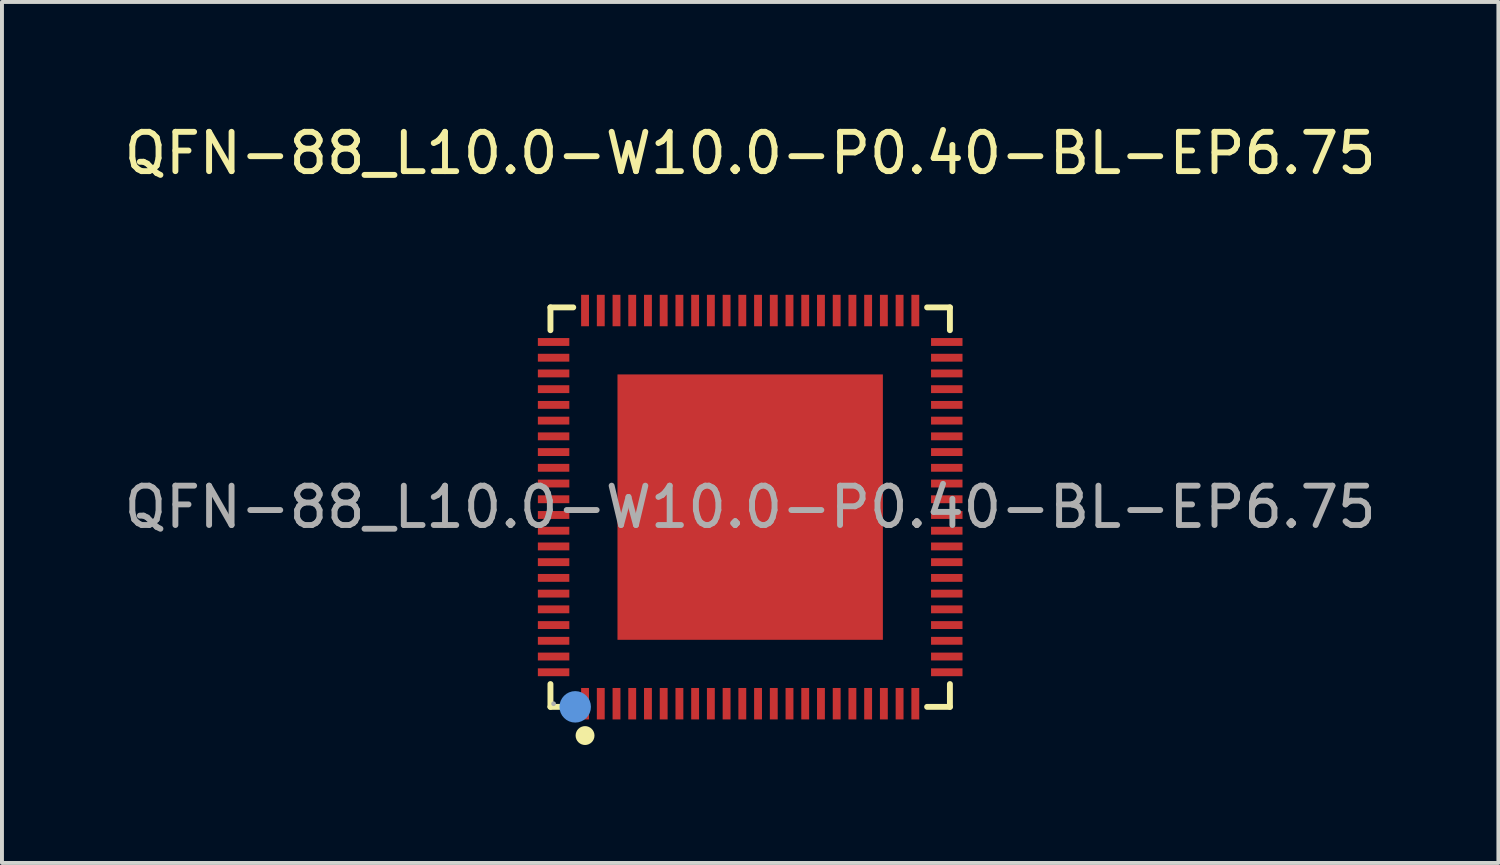
<source format=kicad_pcb>
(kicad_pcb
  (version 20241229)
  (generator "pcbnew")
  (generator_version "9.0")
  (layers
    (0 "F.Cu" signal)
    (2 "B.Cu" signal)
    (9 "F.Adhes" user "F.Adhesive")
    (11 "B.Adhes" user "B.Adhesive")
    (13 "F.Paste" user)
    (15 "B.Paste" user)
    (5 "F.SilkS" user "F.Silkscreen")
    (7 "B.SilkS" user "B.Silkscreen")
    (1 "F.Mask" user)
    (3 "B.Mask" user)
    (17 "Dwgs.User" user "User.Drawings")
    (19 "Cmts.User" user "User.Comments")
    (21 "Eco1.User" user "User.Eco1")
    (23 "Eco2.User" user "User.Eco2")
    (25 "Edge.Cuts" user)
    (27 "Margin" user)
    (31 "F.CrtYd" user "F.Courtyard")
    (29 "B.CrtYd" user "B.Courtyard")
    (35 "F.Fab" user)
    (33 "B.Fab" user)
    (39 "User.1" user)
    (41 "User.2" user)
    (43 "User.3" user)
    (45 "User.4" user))
  (footprint "QFN-88_L10.0-W10.0-P0.40-BL-EP6.75"
    (layer "F.Cu")
    (at 16.03 9.848)
    (property "Reference" "QFN-88_L10.0-W10.0-P0.40-BL-EP6.75" (at 0 -9 0) (layer "F.SilkS") (effects (font (size 1 1) (thickness 0.15))))
    (attr smd)
    (fp_line (start -5.08 -5.08) (end -4.5 -5.08) (stroke (width 0.15) (type solid)) (layer "F.SilkS"))
    (fp_line (start -5.08 -4.5) (end -5.08 -5.08) (stroke (width 0.15) (type solid)) (layer "F.SilkS"))
    (fp_line (start -5.08 4.5) (end -5.08 5.08) (stroke (width 0.15) (type solid)) (layer "F.SilkS"))
    (fp_line (start -5.08 5.08) (end -4.5 5.08) (stroke (width 0.15) (type solid)) (layer "F.SilkS"))
    (fp_line (start 5.08 -5.08) (end 4.5 -5.08) (stroke (width 0.15) (type solid)) (layer "F.SilkS"))
    (fp_line (start 5.08 -4.5) (end 5.08 -5.08) (stroke (width 0.15) (type solid)) (layer "F.SilkS"))
    (fp_line (start 5.08 4.5) (end 5.08 5.08) (stroke (width 0.15) (type solid)) (layer "F.SilkS"))
    (fp_line (start 5.08 5.08) (end 4.5 5.08) (stroke (width 0.15) (type solid)) (layer "F.SilkS"))
    (fp_circle (center -4.2 5.81) (end -4.08 5.81) (stroke (width 0.24) (type solid)) (fill no) (layer "F.SilkS"))
    (fp_circle (center -4.45 5.08) (end -4.25 5.08) (stroke (width 0.4) (type solid)) (fill no) (layer "Cmts.User"))
    (fp_circle (center -5 5) (end -4.97 5) (stroke (width 0.06) (type solid)) (fill no) (layer "F.Fab"))
    (fp_text user "${REFERENCE}" (at 0 0 0) (layer "F.Fab") (effects (font (size 1 1) (thickness 0.15))))
    (pad "1" smd rect (at -4.2 5) (size 0.2 0.8) (layers "F.Cu" "F.Mask" "F.Paste"))
    (pad "2" smd rect (at -3.8 5) (size 0.2 0.8) (layers "F.Cu" "F.Mask" "F.Paste"))
    (pad "3" smd rect (at -3.4 5) (size 0.2 0.8) (layers "F.Cu" "F.Mask" "F.Paste"))
    (pad "4" smd rect (at -3 5) (size 0.2 0.8) (layers "F.Cu" "F.Mask" "F.Paste"))
    (pad "5" smd rect (at -2.6 5) (size 0.2 0.8) (layers "F.Cu" "F.Mask" "F.Paste"))
    (pad "6" smd rect (at -2.2 5) (size 0.2 0.8) (layers "F.Cu" "F.Mask" "F.Paste"))
    (pad "7" smd rect (at -1.8 5) (size 0.2 0.8) (layers "F.Cu" "F.Mask" "F.Paste"))
    (pad "8" smd rect (at -1.4 5) (size 0.2 0.8) (layers "F.Cu" "F.Mask" "F.Paste"))
    (pad "9" smd rect (at -1 5) (size 0.2 0.8) (layers "F.Cu" "F.Mask" "F.Paste"))
    (pad "10" smd rect (at -0.6 5) (size 0.2 0.8) (layers "F.Cu" "F.Mask" "F.Paste"))
    (pad "11" smd rect (at -0.2 5) (size 0.2 0.8) (layers "F.Cu" "F.Mask" "F.Paste"))
    (pad "12" smd rect (at 0.2 5) (size 0.2 0.8) (layers "F.Cu" "F.Mask" "F.Paste"))
    (pad "13" smd rect (at 0.6 5) (size 0.2 0.8) (layers "F.Cu" "F.Mask" "F.Paste"))
    (pad "14" smd rect (at 1 5) (size 0.2 0.8) (layers "F.Cu" "F.Mask" "F.Paste"))
    (pad "15" smd rect (at 1.4 5) (size 0.2 0.8) (layers "F.Cu" "F.Mask" "F.Paste"))
    (pad "16" smd rect (at 1.8 5) (size 0.2 0.8) (layers "F.Cu" "F.Mask" "F.Paste"))
    (pad "17" smd rect (at 2.2 5) (size 0.2 0.8) (layers "F.Cu" "F.Mask" "F.Paste"))
    (pad "18" smd rect (at 2.6 5) (size 0.2 0.8) (layers "F.Cu" "F.Mask" "F.Paste"))
    (pad "19" smd rect (at 3 5) (size 0.2 0.8) (layers "F.Cu" "F.Mask" "F.Paste"))
    (pad "20" smd rect (at 3.4 5) (size 0.2 0.8) (layers "F.Cu" "F.Mask" "F.Paste"))
    (pad "21" smd rect (at 3.8 5) (size 0.2 0.8) (layers "F.Cu" "F.Mask" "F.Paste"))
    (pad "22" smd rect (at 4.2 5) (size 0.2 0.8) (layers "F.Cu" "F.Mask" "F.Paste"))
    (pad "23" smd rect (at 5 4.2) (size 0.8 0.2) (layers "F.Cu" "F.Mask" "F.Paste"))
    (pad "24" smd rect (at 5 3.8) (size 0.8 0.2) (layers "F.Cu" "F.Mask" "F.Paste"))
    (pad "25" smd rect (at 5 3.4) (size 0.8 0.2) (layers "F.Cu" "F.Mask" "F.Paste"))
    (pad "26" smd rect (at 5 3) (size 0.8 0.2) (layers "F.Cu" "F.Mask" "F.Paste"))
    (pad "27" smd rect (at 5 2.6) (size 0.8 0.2) (layers "F.Cu" "F.Mask" "F.Paste"))
    (pad "28" smd rect (at 5 2.2) (size 0.8 0.2) (layers "F.Cu" "F.Mask" "F.Paste"))
    (pad "29" smd rect (at 5 1.8) (size 0.8 0.2) (layers "F.Cu" "F.Mask" "F.Paste"))
    (pad "30" smd rect (at 5 1.4) (size 0.8 0.2) (layers "F.Cu" "F.Mask" "F.Paste"))
    (pad "31" smd rect (at 5 1) (size 0.8 0.2) (layers "F.Cu" "F.Mask" "F.Paste"))
    (pad "32" smd rect (at 5 0.6) (size 0.8 0.2) (layers "F.Cu" "F.Mask" "F.Paste"))
    (pad "33" smd rect (at 5 0.2) (size 0.8 0.2) (layers "F.Cu" "F.Mask" "F.Paste"))
    (pad "34" smd rect (at 5 -0.2) (size 0.8 0.2) (layers "F.Cu" "F.Mask" "F.Paste"))
    (pad "35" smd rect (at 5 -0.6) (size 0.8 0.2) (layers "F.Cu" "F.Mask" "F.Paste"))
    (pad "36" smd rect (at 5 -1) (size 0.8 0.2) (layers "F.Cu" "F.Mask" "F.Paste"))
    (pad "37" smd rect (at 5 -1.4) (size 0.8 0.2) (layers "F.Cu" "F.Mask" "F.Paste"))
    (pad "38" smd rect (at 5 -1.8) (size 0.8 0.2) (layers "F.Cu" "F.Mask" "F.Paste"))
    (pad "39" smd rect (at 5 -2.2) (size 0.8 0.2) (layers "F.Cu" "F.Mask" "F.Paste"))
    (pad "40" smd rect (at 5 -2.6) (size 0.8 0.2) (layers "F.Cu" "F.Mask" "F.Paste"))
    (pad "41" smd rect (at 5 -3) (size 0.8 0.2) (layers "F.Cu" "F.Mask" "F.Paste"))
    (pad "42" smd rect (at 5 -3.4) (size 0.8 0.2) (layers "F.Cu" "F.Mask" "F.Paste"))
    (pad "43" smd rect (at 5 -3.8) (size 0.8 0.2) (layers "F.Cu" "F.Mask" "F.Paste"))
    (pad "44" smd rect (at 5 -4.2) (size 0.8 0.2) (layers "F.Cu" "F.Mask" "F.Paste"))
    (pad "45" smd rect (at 4.2 -5) (size 0.2 0.8) (layers "F.Cu" "F.Mask" "F.Paste"))
    (pad "46" smd rect (at 3.8 -5) (size 0.2 0.8) (layers "F.Cu" "F.Mask" "F.Paste"))
    (pad "47" smd rect (at 3.4 -5) (size 0.2 0.8) (layers "F.Cu" "F.Mask" "F.Paste"))
    (pad "48" smd rect (at 3 -5) (size 0.2 0.8) (layers "F.Cu" "F.Mask" "F.Paste"))
    (pad "49" smd rect (at 2.6 -5) (size 0.2 0.8) (layers "F.Cu" "F.Mask" "F.Paste"))
    (pad "50" smd rect (at 2.2 -5) (size 0.2 0.8) (layers "F.Cu" "F.Mask" "F.Paste"))
    (pad "51" smd rect (at 1.8 -5) (size 0.2 0.8) (layers "F.Cu" "F.Mask" "F.Paste"))
    (pad "52" smd rect (at 1.4 -5) (size 0.2 0.8) (layers "F.Cu" "F.Mask" "F.Paste"))
    (pad "53" smd rect (at 1 -5) (size 0.2 0.8) (layers "F.Cu" "F.Mask" "F.Paste"))
    (pad "54" smd rect (at 0.6 -5) (size 0.2 0.8) (layers "F.Cu" "F.Mask" "F.Paste"))
    (pad "55" smd rect (at 0.2 -5) (size 0.2 0.8) (layers "F.Cu" "F.Mask" "F.Paste"))
    (pad "56" smd rect (at -0.2 -5) (size 0.2 0.8) (layers "F.Cu" "F.Mask" "F.Paste"))
    (pad "57" smd rect (at -0.6 -5) (size 0.2 0.8) (layers "F.Cu" "F.Mask" "F.Paste"))
    (pad "58" smd rect (at -1 -5) (size 0.2 0.8) (layers "F.Cu" "F.Mask" "F.Paste"))
    (pad "59" smd rect (at -1.4 -5) (size 0.2 0.8) (layers "F.Cu" "F.Mask" "F.Paste"))
    (pad "60" smd rect (at -1.8 -5) (size 0.2 0.8) (layers "F.Cu" "F.Mask" "F.Paste"))
    (pad "61" smd rect (at -2.2 -5) (size 0.2 0.8) (layers "F.Cu" "F.Mask" "F.Paste"))
    (pad "62" smd rect (at -2.6 -5) (size 0.2 0.8) (layers "F.Cu" "F.Mask" "F.Paste"))
    (pad "63" smd rect (at -3 -5) (size 0.2 0.8) (layers "F.Cu" "F.Mask" "F.Paste"))
    (pad "64" smd rect (at -3.4 -5) (size 0.2 0.8) (layers "F.Cu" "F.Mask" "F.Paste"))
    (pad "65" smd rect (at -3.8 -5) (size 0.2 0.8) (layers "F.Cu" "F.Mask" "F.Paste"))
    (pad "66" smd rect (at -4.2 -5) (size 0.2 0.8) (layers "F.Cu" "F.Mask" "F.Paste"))
    (pad "67" smd rect (at -5 -4.2) (size 0.8 0.2) (layers "F.Cu" "F.Mask" "F.Paste"))
    (pad "68" smd rect (at -5 -3.8) (size 0.8 0.2) (layers "F.Cu" "F.Mask" "F.Paste"))
    (pad "69" smd rect (at -5 -3.4) (size 0.8 0.2) (layers "F.Cu" "F.Mask" "F.Paste"))
    (pad "70" smd rect (at -5 -3) (size 0.8 0.2) (layers "F.Cu" "F.Mask" "F.Paste"))
    (pad "71" smd rect (at -5 -2.6) (size 0.8 0.2) (layers "F.Cu" "F.Mask" "F.Paste"))
    (pad "72" smd rect (at -5 -2.2) (size 0.8 0.2) (layers "F.Cu" "F.Mask" "F.Paste"))
    (pad "73" smd rect (at -5 -1.8) (size 0.8 0.2) (layers "F.Cu" "F.Mask" "F.Paste"))
    (pad "74" smd rect (at -5 -1.4) (size 0.8 0.2) (layers "F.Cu" "F.Mask" "F.Paste"))
    (pad "75" smd rect (at -5 -1) (size 0.8 0.2) (layers "F.Cu" "F.Mask" "F.Paste"))
    (pad "76" smd rect (at -5 -0.6) (size 0.8 0.2) (layers "F.Cu" "F.Mask" "F.Paste"))
    (pad "77" smd rect (at -5 -0.2) (size 0.8 0.2) (layers "F.Cu" "F.Mask" "F.Paste"))
    (pad "78" smd rect (at -5 0.2) (size 0.8 0.2) (layers "F.Cu" "F.Mask" "F.Paste"))
    (pad "79" smd rect (at -5 0.6) (size 0.8 0.2) (layers "F.Cu" "F.Mask" "F.Paste"))
    (pad "80" smd rect (at -5 1) (size 0.8 0.2) (layers "F.Cu" "F.Mask" "F.Paste"))
    (pad "81" smd rect (at -5 1.4) (size 0.8 0.2) (layers "F.Cu" "F.Mask" "F.Paste"))
    (pad "82" smd rect (at -5 1.8) (size 0.8 0.2) (layers "F.Cu" "F.Mask" "F.Paste"))
    (pad "83" smd rect (at -5 2.2) (size 0.8 0.2) (layers "F.Cu" "F.Mask" "F.Paste"))
    (pad "84" smd rect (at -5 2.6) (size 0.8 0.2) (layers "F.Cu" "F.Mask" "F.Paste"))
    (pad "85" smd rect (at -5 3) (size 0.8 0.2) (layers "F.Cu" "F.Mask" "F.Paste"))
    (pad "86" smd rect (at -5 3.4) (size 0.8 0.2) (layers "F.Cu" "F.Mask" "F.Paste"))
    (pad "87" smd rect (at -5 3.8) (size 0.8 0.2) (layers "F.Cu" "F.Mask" "F.Paste"))
    (pad "88" smd rect (at -5 4.2) (size 0.8 0.2) (layers "F.Cu" "F.Mask" "F.Paste"))
    (pad "89" smd rect (at 0 0) (size 6.75 6.75) (layers "F.Cu" "F.Mask" "F.Paste")))
  (gr_rect
    (start -3 -3)
    (end 35.06 18.898)
    (stroke (width 0.1) (type default))
    (fill no)
    (layer "Edge.Cuts")))
</source>
